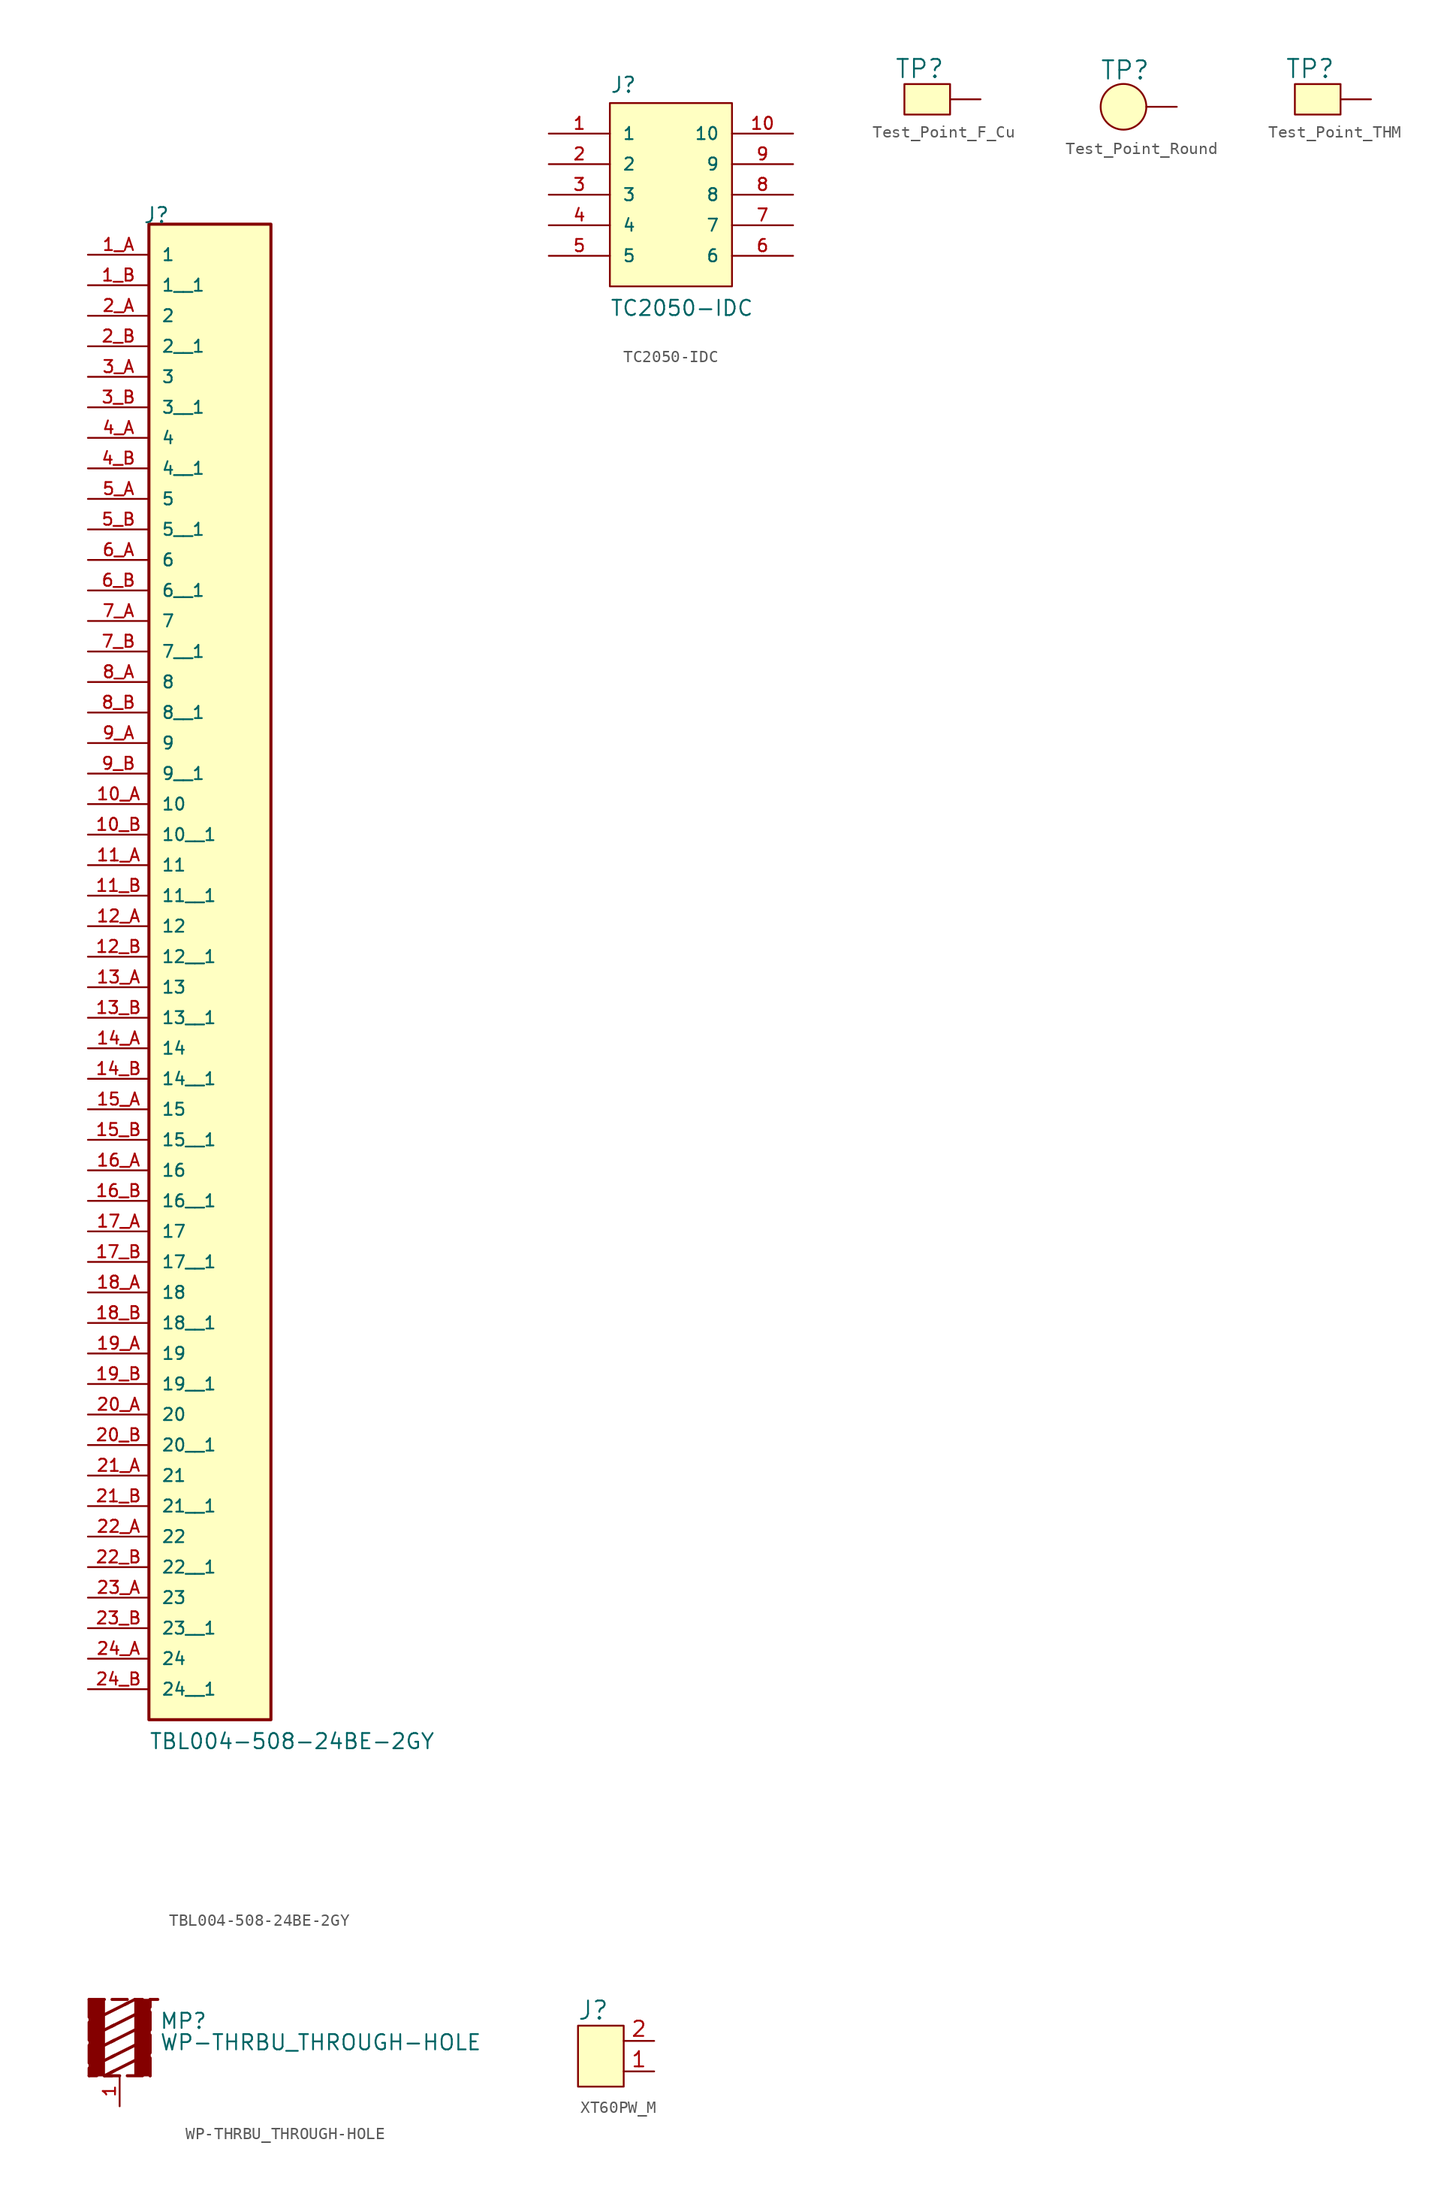
<source format=kicad_sym>
(kicad_symbol_lib
  (version 20241209)
  (generator "kicad_symbol_editor")
  (generator_version "9.0")
  (symbol "TBL004-508-24BE-2GY"
    (pin_names
      (offset 1.016))
    (property "Reference" "J"
      (at -5.58 33.02 0)
      (effects (font (size 1.27 1.27)) (justify left bottom)))
    (property "Value" "TBL004-508-24BE-2GY"
      (at -5.08 -93.98 0)
      (effects (font (size 1.27 1.27)) (justify left bottom)))
    (symbol "TBL004-508-24BE-2GY_0_0"
      (rectangle (start -5.08 -91.44) (end 5.08 33.02) (stroke (width 0.254) (type default)) (fill (type background)))
      (pin passive line (at -10.16 30.48 0) (length 5.08) (name "1" (effects (font (size 1.016 1.016)))) (number "1_A" (effects (font (size 1.016 1.016)))))
      (pin passive line (at -10.16 27.94 0) (length 5.08) (name "1__1" (effects (font (size 1.016 1.016)))) (number "1_B" (effects (font (size 1.016 1.016)))))
      (pin passive line (at -10.16 25.4 0) (length 5.08) (name "2" (effects (font (size 1.016 1.016)))) (number "2_A" (effects (font (size 1.016 1.016)))))
      (pin passive line (at -10.16 22.86 0) (length 5.08) (name "2__1" (effects (font (size 1.016 1.016)))) (number "2_B" (effects (font (size 1.016 1.016)))))
      (pin passive line (at -10.16 20.32 0) (length 5.08) (name "3" (effects (font (size 1.016 1.016)))) (number "3_A" (effects (font (size 1.016 1.016)))))
      (pin passive line (at -10.16 17.78 0) (length 5.08) (name "3__1" (effects (font (size 1.016 1.016)))) (number "3_B" (effects (font (size 1.016 1.016)))))
      (pin passive line (at -10.16 15.24 0) (length 5.08) (name "4" (effects (font (size 1.016 1.016)))) (number "4_A" (effects (font (size 1.016 1.016)))))
      (pin passive line (at -10.16 12.7 0) (length 5.08) (name "4__1" (effects (font (size 1.016 1.016)))) (number "4_B" (effects (font (size 1.016 1.016)))))
      (pin passive line (at -10.16 10.16 0) (length 5.08) (name "5" (effects (font (size 1.016 1.016)))) (number "5_A" (effects (font (size 1.016 1.016)))))
      (pin passive line (at -10.16 7.62 0) (length 5.08) (name "5__1" (effects (font (size 1.016 1.016)))) (number "5_B" (effects (font (size 1.016 1.016)))))
      (pin passive line (at -10.16 5.08 0) (length 5.08) (name "6" (effects (font (size 1.016 1.016)))) (number "6_A" (effects (font (size 1.016 1.016)))))
      (pin passive line (at -10.16 2.54 0) (length 5.08) (name "6__1" (effects (font (size 1.016 1.016)))) (number "6_B" (effects (font (size 1.016 1.016)))))
      (pin passive line (at -10.16 0 0) (length 5.08) (name "7" (effects (font (size 1.016 1.016)))) (number "7_A" (effects (font (size 1.016 1.016)))))
      (pin passive line (at -10.16 -2.54 0) (length 5.08) (name "7__1" (effects (font (size 1.016 1.016)))) (number "7_B" (effects (font (size 1.016 1.016)))))
      (pin passive line (at -10.16 -5.08 0) (length 5.08) (name "8" (effects (font (size 1.016 1.016)))) (number "8_A" (effects (font (size 1.016 1.016)))))
      (pin passive line (at -10.16 -7.62 0) (length 5.08) (name "8__1" (effects (font (size 1.016 1.016)))) (number "8_B" (effects (font (size 1.016 1.016)))))
      (pin passive line (at -10.16 -10.16 0) (length 5.08) (name "9" (effects (font (size 1.016 1.016)))) (number "9_A" (effects (font (size 1.016 1.016)))))
      (pin passive line (at -10.16 -12.7 0) (length 5.08) (name "9__1" (effects (font (size 1.016 1.016)))) (number "9_B" (effects (font (size 1.016 1.016)))))
      (pin passive line (at -10.16 -15.24 0) (length 5.08) (name "10" (effects (font (size 1.016 1.016)))) (number "10_A" (effects (font (size 1.016 1.016)))))
      (pin passive line (at -10.16 -17.78 0) (length 5.08) (name "10__1" (effects (font (size 1.016 1.016)))) (number "10_B" (effects (font (size 1.016 1.016)))))
      (pin passive line (at -10.16 -20.32 0) (length 5.08) (name "11" (effects (font (size 1.016 1.016)))) (number "11_A" (effects (font (size 1.016 1.016)))))
      (pin passive line (at -10.16 -22.86 0) (length 5.08) (name "11__1" (effects (font (size 1.016 1.016)))) (number "11_B" (effects (font (size 1.016 1.016)))))
      (pin passive line (at -10.16 -25.4 0) (length 5.08) (name "12" (effects (font (size 1.016 1.016)))) (number "12_A" (effects (font (size 1.016 1.016)))))
      (pin passive line (at -10.16 -27.94 0) (length 5.08) (name "12__1" (effects (font (size 1.016 1.016)))) (number "12_B" (effects (font (size 1.016 1.016)))))
      (pin passive line (at -10.16 -30.48 0) (length 5.08) (name "13" (effects (font (size 1.016 1.016)))) (number "13_A" (effects (font (size 1.016 1.016)))))
      (pin passive line (at -10.16 -33.02 0) (length 5.08) (name "13__1" (effects (font (size 1.016 1.016)))) (number "13_B" (effects (font (size 1.016 1.016)))))
      (pin passive line (at -10.16 -35.56 0) (length 5.08) (name "14" (effects (font (size 1.016 1.016)))) (number "14_A" (effects (font (size 1.016 1.016)))))
      (pin passive line (at -10.16 -38.1 0) (length 5.08) (name "14__1" (effects (font (size 1.016 1.016)))) (number "14_B" (effects (font (size 1.016 1.016)))))
      (pin passive line (at -10.16 -40.64 0) (length 5.08) (name "15" (effects (font (size 1.016 1.016)))) (number "15_A" (effects (font (size 1.016 1.016)))))
      (pin passive line (at -10.16 -43.18 0) (length 5.08) (name "15__1" (effects (font (size 1.016 1.016)))) (number "15_B" (effects (font (size 1.016 1.016)))))
      (pin passive line (at -10.16 -45.72 0) (length 5.08) (name "16" (effects (font (size 1.016 1.016)))) (number "16_A" (effects (font (size 1.016 1.016)))))
      (pin passive line (at -10.16 -48.26 0) (length 5.08) (name "16__1" (effects (font (size 1.016 1.016)))) (number "16_B" (effects (font (size 1.016 1.016)))))
      (pin passive line (at -10.16 -50.8 0) (length 5.08) (name "17" (effects (font (size 1.016 1.016)))) (number "17_A" (effects (font (size 1.016 1.016)))))
      (pin passive line (at -10.16 -53.34 0) (length 5.08) (name "17__1" (effects (font (size 1.016 1.016)))) (number "17_B" (effects (font (size 1.016 1.016)))))
      (pin passive line (at -10.16 -55.88 0) (length 5.08) (name "18" (effects (font (size 1.016 1.016)))) (number "18_A" (effects (font (size 1.016 1.016)))))
      (pin passive line (at -10.16 -58.42 0) (length 5.08) (name "18__1" (effects (font (size 1.016 1.016)))) (number "18_B" (effects (font (size 1.016 1.016)))))
      (pin passive line (at -10.16 -60.96 0) (length 5.08) (name "19" (effects (font (size 1.016 1.016)))) (number "19_A" (effects (font (size 1.016 1.016)))))
      (pin passive line (at -10.16 -63.5 0) (length 5.08) (name "19__1" (effects (font (size 1.016 1.016)))) (number "19_B" (effects (font (size 1.016 1.016)))))
      (pin passive line (at -10.16 -66.04 0) (length 5.08) (name "20" (effects (font (size 1.016 1.016)))) (number "20_A" (effects (font (size 1.016 1.016)))))
      (pin passive line (at -10.16 -68.58 0) (length 5.08) (name "20__1" (effects (font (size 1.016 1.016)))) (number "20_B" (effects (font (size 1.016 1.016)))))
      (pin passive line (at -10.16 -71.12 0) (length 5.08) (name "21" (effects (font (size 1.016 1.016)))) (number "21_A" (effects (font (size 1.016 1.016)))))
      (pin passive line (at -10.16 -73.66 0) (length 5.08) (name "21__1" (effects (font (size 1.016 1.016)))) (number "21_B" (effects (font (size 1.016 1.016)))))
      (pin passive line (at -10.16 -76.2 0) (length 5.08) (name "22" (effects (font (size 1.016 1.016)))) (number "22_A" (effects (font (size 1.016 1.016)))))
      (pin passive line (at -10.16 -78.74 0) (length 5.08) (name "22__1" (effects (font (size 1.016 1.016)))) (number "22_B" (effects (font (size 1.016 1.016)))))
      (pin passive line (at -10.16 -81.28 0) (length 5.08) (name "23" (effects (font (size 1.016 1.016)))) (number "23_A" (effects (font (size 1.016 1.016)))))
      (pin passive line (at -10.16 -83.82 0) (length 5.08) (name "23__1" (effects (font (size 1.016 1.016)))) (number "23_B" (effects (font (size 1.016 1.016)))))
      (pin passive line (at -10.16 -86.36 0) (length 5.08) (name "24" (effects (font (size 1.016 1.016)))) (number "24_A" (effects (font (size 1.016 1.016)))))
      (pin passive line (at -10.16 -88.9 0) (length 5.08) (name "24__1" (effects (font (size 1.016 1.016)))) (number "24_B" (effects (font (size 1.016 1.016)))))))
  (symbol "TC2050-IDC"
    (pin_names
      (offset 1.016))
    (property "Reference" "J"
      (at -5.081 8.384 0)
      (effects (font (size 1.27 1.27)) (justify left bottom)))
    (property "Value" "TC2050-IDC"
      (at -5.084 -10.169 0)
      (effects (font (size 1.27 1.27)) (justify left bottom)))
    (symbol "TC2050-IDC_0_0"
      (rectangle (start -5.08 -7.62) (end 5.08 7.62) (stroke (width 0.152) (type default)) (fill (type background)))
      (pin passive line (at -10.16 5.08 0) (length 5.08) (name "1" (effects (font (size 1.016 1.016)))) (number "1" (effects (font (size 1.016 1.016)))))
      (pin passive line (at -10.16 2.54 0) (length 5.08) (name "2" (effects (font (size 1.016 1.016)))) (number "2" (effects (font (size 1.016 1.016)))))
      (pin passive line (at -10.16 0 0) (length 5.08) (name "3" (effects (font (size 1.016 1.016)))) (number "3" (effects (font (size 1.016 1.016)))))
      (pin passive line (at -10.16 -2.54 0) (length 5.08) (name "4" (effects (font (size 1.016 1.016)))) (number "4" (effects (font (size 1.016 1.016)))))
      (pin passive line (at -10.16 -5.08 0) (length 5.08) (name "5" (effects (font (size 1.016 1.016)))) (number "5" (effects (font (size 1.016 1.016)))))
      (pin passive line (at 10.16 5.08 180) (length 5.08) (name "10" (effects (font (size 1.016 1.016)))) (number "10" (effects (font (size 1.016 1.016)))))
      (pin passive line (at 10.16 2.54 180) (length 5.08) (name "9" (effects (font (size 1.016 1.016)))) (number "9" (effects (font (size 1.016 1.016)))))
      (pin passive line (at 10.16 0 180) (length 5.08) (name "8" (effects (font (size 1.016 1.016)))) (number "8" (effects (font (size 1.016 1.016)))))
      (pin passive line (at 10.16 -2.54 180) (length 5.08) (name "7" (effects (font (size 1.016 1.016)))) (number "7" (effects (font (size 1.016 1.016)))))
      (pin passive line (at 10.16 -5.08 180) (length 5.08) (name "6" (effects (font (size 1.016 1.016)))) (number "6" (effects (font (size 1.016 1.016)))))))
  (symbol "Test_Point_F_Cu"
    (pin_numbers
      (hide yes))
    (pin_names
      (offset 0)
      (hide yes))
    (property "Reference" "TP"
      (at 0 2.54 0)
      (effects (font (size 1.524 1.524))))
    (symbol "Test_Point_F_Cu_0_1"
      (rectangle (start -1.27 1.27) (end 2.54 -1.27) (stroke (width 0) (type default)) (fill (type background))))
    (symbol "Test_Point_F_Cu_1_1"
      (pin input line (at 5.08 0 180) (length 2.54) (name "TP" (effects (font (size 1.27 1.27)))) (number "1" (effects (font (size 1.27 1.27)))))))
  (symbol "Test_Point_Round"
    (pin_numbers
      (hide yes))
    (pin_names
      (offset 0)
      (hide yes))
    (property "Reference" "TP"
      (at 0.762 3.048 0)
      (effects (font (size 1.524 1.524))))
    (symbol "Test_Point_Round_1_1"
      (circle (center 0.635 0) (radius 1.905) (stroke (width 0) (type default)) (fill (type background)))
      (pin passive line (at 5.08 0 180) (length 2.54) (name "TP" (effects (font (size 1.27 1.27)))) (number "1" (effects (font (size 1.27 1.27)))))))
  (symbol "Test_Point_THM"
    (pin_numbers
      (hide yes))
    (pin_names
      (offset 0)
      (hide yes))
    (property "Reference" "TP"
      (at -5.08 2.54 0)
      (effects (font (size 1.524 1.524))))
    (symbol "Test_Point_THM_0_1"
      (rectangle (start -6.35 1.27) (end -2.54 -1.27) (stroke (width 0) (type default)) (fill (type background))))
    (symbol "Test_Point_THM_1_1"
      (pin passive line (at 0 0 180) (length 2.54) (name "TP" (effects (font (size 1.27 1.27)))) (number "1" (effects (font (size 1.27 1.27)))))))
  (symbol "WP-THRBU_THROUGH-HOLE"
    (pin_names
      (offset 1.016))
    (property "Reference" "MP"
      (at 3.302 1.27 0)
      (effects (font (size 1.27 1.27)) (justify left bottom)))
    (property "Value" "WP-THRBU_THROUGH-HOLE"
      (at 3.302 -0.508 0)
      (effects (font (size 1.27 1.27)) (justify left bottom)))
    (symbol "WP-THRBU_THROUGH-HOLE_0_0"
      (polyline (pts (xy -2.54 3.81) (xy -2.54 2.328)) (stroke (width 0.254) (type default)) (fill (type none)))
      (polyline (pts (xy -2.54 3.81) (xy -1.27 3.81)) (stroke (width 0.254) (type default)) (fill (type none)))
      (polyline (pts (xy -2.54 1.905) (xy -2.54 0.423)) (stroke (width 0.254) (type default)) (fill (type none)))
      (polyline (pts (xy -2.54 0) (xy -2.54 -1.482)) (stroke (width 0.254) (type default)) (fill (type none)))
      (polyline (pts (xy -2.54 -1.905) (xy -2.54 -2.54)) (stroke (width 0.254) (type default)) (fill (type none)))
      (rectangle (start -2.54 -2.54) (end -1.27 3.81) (stroke (width 0.1) (type default)) (fill (type outline)))
      (polyline (pts (xy -2.54 -2.54) (xy -1.905 -2.54)) (stroke (width 0.254) (type default)) (fill (type none)))
      (polyline (pts (xy -1.27 2.54) (xy 0.702 3.526)) (stroke (width 0.254) (type default)) (fill (type none)))
      (polyline (pts (xy -1.27 -2.54) (xy 0 -2.54)) (stroke (width 0.254) (type default)) (fill (type none)))
      (polyline (pts (xy -0.635 3.81) (xy 0.635 3.81)) (stroke (width 0.254) (type default)) (fill (type none)))
      (polyline (pts (xy -0.635 -2.54) (xy -1.27 -2.54)) (stroke (width 0.254) (type default)) (fill (type none)))
      (polyline (pts (xy -0.434 1.688) (xy -1.27 1.27)) (stroke (width 0.254) (type default)) (fill (type none)))
      (polyline (pts (xy -0.434 0.418) (xy -1.27 0)) (stroke (width 0.254) (type default)) (fill (type none)))
      (polyline (pts (xy -0.434 -0.852) (xy -1.27 -1.27)) (stroke (width 0.254) (type default)) (fill (type none)))
      (polyline (pts (xy -0.434 -2.122) (xy -1.27 -2.54)) (stroke (width 0.254) (type default)) (fill (type none)))
      (polyline (pts (xy 0.434 3.392) (xy 1.27 3.81)) (stroke (width 0.254) (type default)) (fill (type none)))
      (polyline (pts (xy 0.635 -2.54) (xy 1.905 -2.54)) (stroke (width 0.254) (type default)) (fill (type none)))
      (polyline (pts (xy 1.27 3.81) (xy 1.27 3.81)) (stroke (width 0.254) (type default)) (fill (type none)))
      (polyline (pts (xy 1.27 3.81) (xy 1.905 3.81)) (stroke (width 0.254) (type default)) (fill (type none)))
      (polyline (pts (xy 1.27 2.54) (xy -0.702 1.554)) (stroke (width 0.254) (type default)) (fill (type none)))
      (polyline (pts (xy 1.27 1.27) (xy -0.702 0.284)) (stroke (width 0.254) (type default)) (fill (type none)))
      (polyline (pts (xy 1.27 0) (xy -0.702 -0.986)) (stroke (width 0.254) (type default)) (fill (type none)))
      (polyline (pts (xy 1.27 -1.27) (xy -0.702 -2.256)) (stroke (width 0.254) (type default)) (fill (type none)))
      (rectangle (start 1.27 -2.54) (end 2.54 3.81) (stroke (width 0.1) (type default)) (fill (type outline)))
      (polyline (pts (xy 2.54 3.175) (xy 2.54 3.81)) (stroke (width 0.254) (type default)) (fill (type none)))
      (polyline (pts (xy 2.54 1.27) (xy 2.54 2.752)) (stroke (width 0.254) (type default)) (fill (type none)))
      (polyline (pts (xy 2.54 -0.635) (xy 2.54 0.847)) (stroke (width 0.254) (type default)) (fill (type none)))
      (polyline (pts (xy 2.54 -2.54) (xy 2.54 -1.058)) (stroke (width 0.254) (type default)) (fill (type none)))
      (polyline (pts (xy 2.54 -2.54) (xy 2.54 -2.54)) (stroke (width 0.254) (type default)) (fill (type none)))
      (polyline (pts (xy 3.175 3.81) (xy 2.54 3.81)) (stroke (width 0.254) (type default)) (fill (type none)))
      (pin passive line (at 0 -5.08 90) (length 2.54) (name "~" (effects (font (size 1.016 1.016)))) (number "1" (effects (font (size 1.016 1.016)))))))
  (symbol "XT60PW_M"
    (pin_names
      (offset 0)
      (hide yes))
    (property "Reference" "J"
      (at -2.54 5.08 0)
      (effects (font (size 1.524 1.524))))
    (symbol "XT60PW_M_0_0"
      (rectangle (start -3.81 3.81) (end 0 -1.27) (stroke (width 0) (type default)) (fill (type background))))
    (symbol "XT60PW_M_1_1"
      (pin passive line (at 2.54 2.54 180) (length 2.54) (name "~" (effects (font (size 1.27 1.27)))) (number "2" (effects (font (size 1.27 1.27)))))
      (pin passive line (at 2.54 0 180) (length 2.54) (name "~" (effects (font (size 1.016 1.016)))) (number "1" (effects (font (size 1.27 1.27))))))))
</source>
